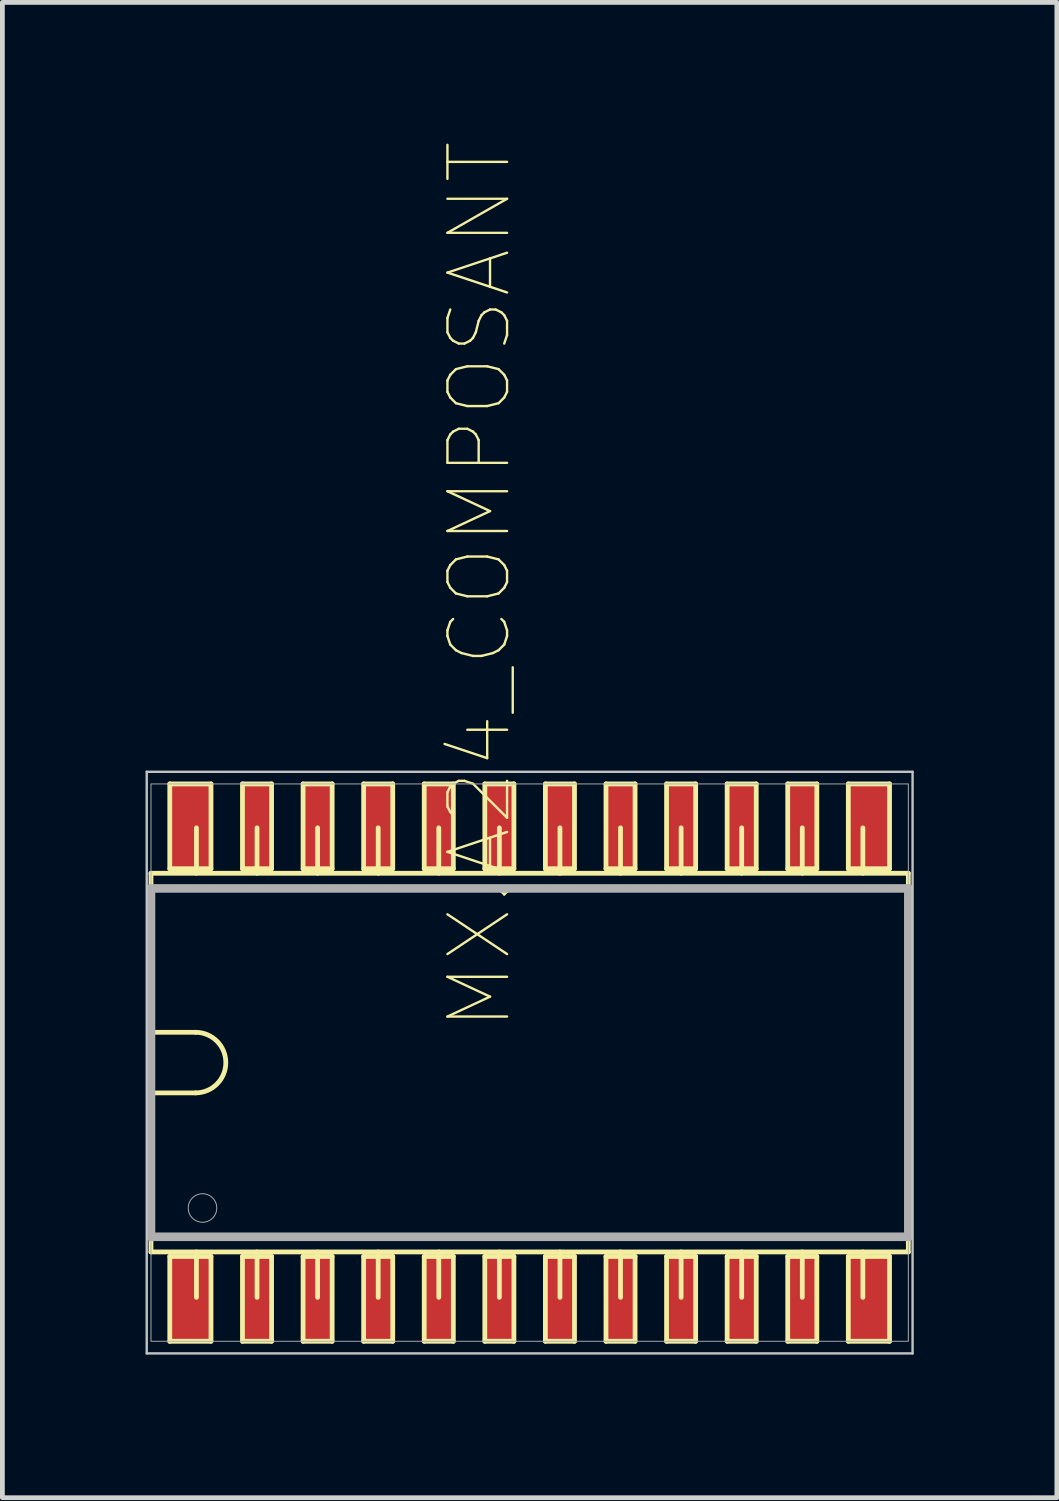
<source format=kicad_pcb>
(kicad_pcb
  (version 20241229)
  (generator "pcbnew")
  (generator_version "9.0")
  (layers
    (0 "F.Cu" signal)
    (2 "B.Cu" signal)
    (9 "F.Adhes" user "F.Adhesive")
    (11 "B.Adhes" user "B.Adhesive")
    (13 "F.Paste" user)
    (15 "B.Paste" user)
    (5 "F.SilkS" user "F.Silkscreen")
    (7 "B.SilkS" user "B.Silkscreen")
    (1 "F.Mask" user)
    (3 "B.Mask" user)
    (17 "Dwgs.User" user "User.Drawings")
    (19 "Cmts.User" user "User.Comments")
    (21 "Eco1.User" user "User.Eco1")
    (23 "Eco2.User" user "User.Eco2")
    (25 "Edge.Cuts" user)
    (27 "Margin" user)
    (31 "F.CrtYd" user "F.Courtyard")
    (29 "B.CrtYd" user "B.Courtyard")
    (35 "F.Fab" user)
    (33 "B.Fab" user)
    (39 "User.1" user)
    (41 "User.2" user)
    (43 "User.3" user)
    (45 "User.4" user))
  (footprint "MX.A24_COMPOSANT"
    (placed yes)
    (layer "F.Cu")
    (at 8.053 19.225)
    (property "Reference" "MX.A24_COMPOSANT" (at -0.318 -0.635 90) (layer "F.SilkS") (effects (font (size 1.25 1.25) (thickness 0.05)) (justify left bottom)))
    (attr through_hole)
    (fp_line (start -7.938 -3.969) (end -7.938 3.969) (stroke (width 0.1) (type solid)) (layer "F.SilkS"))
    (fp_line (start -7.938 -0.635) (end -7.004 -0.635) (stroke (width 0.1) (type solid)) (layer "F.SilkS"))
    (fp_line (start -7.938 3.969) (end 7.938 3.969) (stroke (width 0.1) (type solid)) (layer "F.SilkS"))
    (fp_line (start -7.544 -5.842) (end -6.68 -5.842) (stroke (width 0.1) (type solid)) (layer "F.SilkS"))
    (fp_line (start -7.544 -4.064) (end -7.544 -5.842) (stroke (width 0.1) (type solid)) (layer "F.SilkS"))
    (fp_line (start -7.544 4.064) (end -6.68 4.064) (stroke (width 0.1) (type solid)) (layer "F.SilkS"))
    (fp_line (start -7.544 5.842) (end -7.544 4.064) (stroke (width 0.1) (type solid)) (layer "F.SilkS"))
    (fp_line (start -7.004 0.635) (end -7.938 0.635) (stroke (width 0.1) (type solid)) (layer "F.SilkS"))
    (fp_line (start -6.985 -3.969) (end -6.985 -4.921) (stroke (width 0.1) (type solid)) (layer "F.SilkS"))
    (fp_line (start -6.985 3.969) (end -6.985 4.921) (stroke (width 0.1) (type solid)) (layer "F.SilkS"))
    (fp_line (start -6.68 -5.842) (end -6.68 -4.064) (stroke (width 0.1) (type solid)) (layer "F.SilkS"))
    (fp_line (start -6.68 -4.064) (end -7.544 -4.064) (stroke (width 0.1) (type solid)) (layer "F.SilkS"))
    (fp_line (start -6.68 4.064) (end -6.68 5.842) (stroke (width 0.1) (type solid)) (layer "F.SilkS"))
    (fp_line (start -6.68 5.842) (end -7.544 5.842) (stroke (width 0.1) (type solid)) (layer "F.SilkS"))
    (fp_line (start -6.02 -5.842) (end -5.41 -5.842) (stroke (width 0.1) (type solid)) (layer "F.SilkS"))
    (fp_line (start -6.02 -4.064) (end -6.02 -5.842) (stroke (width 0.1) (type solid)) (layer "F.SilkS"))
    (fp_line (start -6.02 4.064) (end -5.41 4.064) (stroke (width 0.1) (type solid)) (layer "F.SilkS"))
    (fp_line (start -6.02 5.842) (end -6.02 4.064) (stroke (width 0.1) (type solid)) (layer "F.SilkS"))
    (fp_line (start -5.715 -3.969) (end -5.715 -4.921) (stroke (width 0.1) (type solid)) (layer "F.SilkS"))
    (fp_line (start -5.715 3.969) (end -5.715 4.921) (stroke (width 0.1) (type solid)) (layer "F.SilkS"))
    (fp_line (start -5.41 -5.842) (end -5.41 -4.064) (stroke (width 0.1) (type solid)) (layer "F.SilkS"))
    (fp_line (start -5.41 -4.064) (end -6.02 -4.064) (stroke (width 0.1) (type solid)) (layer "F.SilkS"))
    (fp_line (start -5.41 4.064) (end -5.41 5.842) (stroke (width 0.1) (type solid)) (layer "F.SilkS"))
    (fp_line (start -5.41 5.842) (end -6.02 5.842) (stroke (width 0.1) (type solid)) (layer "F.SilkS"))
    (fp_line (start -4.75 -5.842) (end -4.14 -5.842) (stroke (width 0.1) (type solid)) (layer "F.SilkS"))
    (fp_line (start -4.75 -4.064) (end -4.75 -5.842) (stroke (width 0.1) (type solid)) (layer "F.SilkS"))
    (fp_line (start -4.75 4.064) (end -4.14 4.064) (stroke (width 0.1) (type solid)) (layer "F.SilkS"))
    (fp_line (start -4.75 5.842) (end -4.75 4.064) (stroke (width 0.1) (type solid)) (layer "F.SilkS"))
    (fp_line (start -4.445 -3.969) (end -4.445 -4.921) (stroke (width 0.1) (type solid)) (layer "F.SilkS"))
    (fp_line (start -4.445 3.969) (end -4.445 4.921) (stroke (width 0.1) (type solid)) (layer "F.SilkS"))
    (fp_line (start -4.14 -5.842) (end -4.14 -4.064) (stroke (width 0.1) (type solid)) (layer "F.SilkS"))
    (fp_line (start -4.14 -4.064) (end -4.75 -4.064) (stroke (width 0.1) (type solid)) (layer "F.SilkS"))
    (fp_line (start -4.14 4.064) (end -4.14 5.842) (stroke (width 0.1) (type solid)) (layer "F.SilkS"))
    (fp_line (start -4.14 5.842) (end -4.75 5.842) (stroke (width 0.1) (type solid)) (layer "F.SilkS"))
    (fp_line (start -3.48 -5.842) (end -2.87 -5.842) (stroke (width 0.1) (type solid)) (layer "F.SilkS"))
    (fp_line (start -3.48 -4.064) (end -3.48 -5.842) (stroke (width 0.1) (type solid)) (layer "F.SilkS"))
    (fp_line (start -3.48 4.064) (end -2.87 4.064) (stroke (width 0.1) (type solid)) (layer "F.SilkS"))
    (fp_line (start -3.48 5.842) (end -3.48 4.064) (stroke (width 0.1) (type solid)) (layer "F.SilkS"))
    (fp_line (start -3.175 -3.969) (end -3.175 -4.921) (stroke (width 0.1) (type solid)) (layer "F.SilkS"))
    (fp_line (start -3.175 3.969) (end -3.175 4.921) (stroke (width 0.1) (type solid)) (layer "F.SilkS"))
    (fp_line (start -2.87 -5.842) (end -2.87 -4.064) (stroke (width 0.1) (type solid)) (layer "F.SilkS"))
    (fp_line (start -2.87 -4.064) (end -3.48 -4.064) (stroke (width 0.1) (type solid)) (layer "F.SilkS"))
    (fp_line (start -2.87 4.064) (end -2.87 5.842) (stroke (width 0.1) (type solid)) (layer "F.SilkS"))
    (fp_line (start -2.87 5.842) (end -3.48 5.842) (stroke (width 0.1) (type solid)) (layer "F.SilkS"))
    (fp_line (start -2.21 -5.842) (end -1.6 -5.842) (stroke (width 0.1) (type solid)) (layer "F.SilkS"))
    (fp_line (start -2.21 -4.064) (end -2.21 -5.842) (stroke (width 0.1) (type solid)) (layer "F.SilkS"))
    (fp_line (start -2.21 4.064) (end -1.6 4.064) (stroke (width 0.1) (type solid)) (layer "F.SilkS"))
    (fp_line (start -2.21 5.842) (end -2.21 4.064) (stroke (width 0.1) (type solid)) (layer "F.SilkS"))
    (fp_line (start -1.905 -3.969) (end -1.905 -4.921) (stroke (width 0.1) (type solid)) (layer "F.SilkS"))
    (fp_line (start -1.905 3.969) (end -1.905 4.921) (stroke (width 0.1) (type solid)) (layer "F.SilkS"))
    (fp_line (start -1.6 -5.842) (end -1.6 -4.064) (stroke (width 0.1) (type solid)) (layer "F.SilkS"))
    (fp_line (start -1.6 -4.064) (end -2.21 -4.064) (stroke (width 0.1) (type solid)) (layer "F.SilkS"))
    (fp_line (start -1.6 4.064) (end -1.6 5.842) (stroke (width 0.1) (type solid)) (layer "F.SilkS"))
    (fp_line (start -1.6 5.842) (end -2.21 5.842) (stroke (width 0.1) (type solid)) (layer "F.SilkS"))
    (fp_line (start -0.94 -5.842) (end -0.33 -5.842) (stroke (width 0.1) (type solid)) (layer "F.SilkS"))
    (fp_line (start -0.94 -4.064) (end -0.94 -5.842) (stroke (width 0.1) (type solid)) (layer "F.SilkS"))
    (fp_line (start -0.94 4.064) (end -0.33 4.064) (stroke (width 0.1) (type solid)) (layer "F.SilkS"))
    (fp_line (start -0.94 5.842) (end -0.94 4.064) (stroke (width 0.1) (type solid)) (layer "F.SilkS"))
    (fp_line (start -0.635 -3.969) (end -0.635 -4.921) (stroke (width 0.1) (type solid)) (layer "F.SilkS"))
    (fp_line (start -0.635 3.969) (end -0.635 4.921) (stroke (width 0.1) (type solid)) (layer "F.SilkS"))
    (fp_line (start -0.33 -5.842) (end -0.33 -4.064) (stroke (width 0.1) (type solid)) (layer "F.SilkS"))
    (fp_line (start -0.33 -4.064) (end -0.94 -4.064) (stroke (width 0.1) (type solid)) (layer "F.SilkS"))
    (fp_line (start -0.33 4.064) (end -0.33 5.842) (stroke (width 0.1) (type solid)) (layer "F.SilkS"))
    (fp_line (start -0.33 5.842) (end -0.94 5.842) (stroke (width 0.1) (type solid)) (layer "F.SilkS"))
    (fp_line (start 0.33 -5.842) (end 0.94 -5.842) (stroke (width 0.1) (type solid)) (layer "F.SilkS"))
    (fp_line (start 0.33 -4.064) (end 0.33 -5.842) (stroke (width 0.1) (type solid)) (layer "F.SilkS"))
    (fp_line (start 0.33 4.064) (end 0.94 4.064) (stroke (width 0.1) (type solid)) (layer "F.SilkS"))
    (fp_line (start 0.33 5.842) (end 0.33 4.064) (stroke (width 0.1) (type solid)) (layer "F.SilkS"))
    (fp_line (start 0.635 -3.969) (end 0.635 -4.921) (stroke (width 0.1) (type solid)) (layer "F.SilkS"))
    (fp_line (start 0.635 3.969) (end 0.635 4.921) (stroke (width 0.1) (type solid)) (layer "F.SilkS"))
    (fp_line (start 0.94 -5.842) (end 0.94 -4.064) (stroke (width 0.1) (type solid)) (layer "F.SilkS"))
    (fp_line (start 0.94 -4.064) (end 0.33 -4.064) (stroke (width 0.1) (type solid)) (layer "F.SilkS"))
    (fp_line (start 0.94 4.064) (end 0.94 5.842) (stroke (width 0.1) (type solid)) (layer "F.SilkS"))
    (fp_line (start 0.94 5.842) (end 0.33 5.842) (stroke (width 0.1) (type solid)) (layer "F.SilkS"))
    (fp_line (start 1.6 -5.842) (end 2.21 -5.842) (stroke (width 0.1) (type solid)) (layer "F.SilkS"))
    (fp_line (start 1.6 -4.064) (end 1.6 -5.842) (stroke (width 0.1) (type solid)) (layer "F.SilkS"))
    (fp_line (start 1.6 4.064) (end 2.21 4.064) (stroke (width 0.1) (type solid)) (layer "F.SilkS"))
    (fp_line (start 1.6 5.842) (end 1.6 4.064) (stroke (width 0.1) (type solid)) (layer "F.SilkS"))
    (fp_line (start 1.905 -3.969) (end 1.905 -4.921) (stroke (width 0.1) (type solid)) (layer "F.SilkS"))
    (fp_line (start 1.905 3.969) (end 1.905 4.921) (stroke (width 0.1) (type solid)) (layer "F.SilkS"))
    (fp_line (start 2.21 -5.842) (end 2.21 -4.064) (stroke (width 0.1) (type solid)) (layer "F.SilkS"))
    (fp_line (start 2.21 -4.064) (end 1.6 -4.064) (stroke (width 0.1) (type solid)) (layer "F.SilkS"))
    (fp_line (start 2.21 4.064) (end 2.21 5.842) (stroke (width 0.1) (type solid)) (layer "F.SilkS"))
    (fp_line (start 2.21 5.842) (end 1.6 5.842) (stroke (width 0.1) (type solid)) (layer "F.SilkS"))
    (fp_line (start 2.87 -5.842) (end 3.48 -5.842) (stroke (width 0.1) (type solid)) (layer "F.SilkS"))
    (fp_line (start 2.87 -4.064) (end 2.87 -5.842) (stroke (width 0.1) (type solid)) (layer "F.SilkS"))
    (fp_line (start 2.87 4.064) (end 3.48 4.064) (stroke (width 0.1) (type solid)) (layer "F.SilkS"))
    (fp_line (start 2.87 5.842) (end 2.87 4.064) (stroke (width 0.1) (type solid)) (layer "F.SilkS"))
    (fp_line (start 3.175 -3.969) (end 3.175 -4.921) (stroke (width 0.1) (type solid)) (layer "F.SilkS"))
    (fp_line (start 3.175 3.969) (end 3.175 4.921) (stroke (width 0.1) (type solid)) (layer "F.SilkS"))
    (fp_line (start 3.48 -5.842) (end 3.48 -4.064) (stroke (width 0.1) (type solid)) (layer "F.SilkS"))
    (fp_line (start 3.48 -4.064) (end 2.87 -4.064) (stroke (width 0.1) (type solid)) (layer "F.SilkS"))
    (fp_line (start 3.48 4.064) (end 3.48 5.842) (stroke (width 0.1) (type solid)) (layer "F.SilkS"))
    (fp_line (start 3.48 5.842) (end 2.87 5.842) (stroke (width 0.1) (type solid)) (layer "F.SilkS"))
    (fp_line (start 4.14 -5.842) (end 4.75 -5.842) (stroke (width 0.1) (type solid)) (layer "F.SilkS"))
    (fp_line (start 4.14 -4.064) (end 4.14 -5.842) (stroke (width 0.1) (type solid)) (layer "F.SilkS"))
    (fp_line (start 4.14 4.064) (end 4.75 4.064) (stroke (width 0.1) (type solid)) (layer "F.SilkS"))
    (fp_line (start 4.14 5.842) (end 4.14 4.064) (stroke (width 0.1) (type solid)) (layer "F.SilkS"))
    (fp_line (start 4.445 -3.969) (end 4.445 -4.921) (stroke (width 0.1) (type solid)) (layer "F.SilkS"))
    (fp_line (start 4.445 3.969) (end 4.445 4.921) (stroke (width 0.1) (type solid)) (layer "F.SilkS"))
    (fp_line (start 4.75 -5.842) (end 4.75 -4.064) (stroke (width 0.1) (type solid)) (layer "F.SilkS"))
    (fp_line (start 4.75 -4.064) (end 4.14 -4.064) (stroke (width 0.1) (type solid)) (layer "F.SilkS"))
    (fp_line (start 4.75 4.064) (end 4.75 5.842) (stroke (width 0.1) (type solid)) (layer "F.SilkS"))
    (fp_line (start 4.75 5.842) (end 4.14 5.842) (stroke (width 0.1) (type solid)) (layer "F.SilkS"))
    (fp_line (start 5.41 -5.842) (end 6.02 -5.842) (stroke (width 0.1) (type solid)) (layer "F.SilkS"))
    (fp_line (start 5.41 -4.064) (end 5.41 -5.842) (stroke (width 0.1) (type solid)) (layer "F.SilkS"))
    (fp_line (start 5.41 4.064) (end 6.02 4.064) (stroke (width 0.1) (type solid)) (layer "F.SilkS"))
    (fp_line (start 5.41 5.842) (end 5.41 4.064) (stroke (width 0.1) (type solid)) (layer "F.SilkS"))
    (fp_line (start 5.715 -3.969) (end 5.715 -4.921) (stroke (width 0.1) (type solid)) (layer "F.SilkS"))
    (fp_line (start 5.715 3.969) (end 5.715 4.921) (stroke (width 0.1) (type solid)) (layer "F.SilkS"))
    (fp_line (start 6.02 -5.842) (end 6.02 -4.064) (stroke (width 0.1) (type solid)) (layer "F.SilkS"))
    (fp_line (start 6.02 -4.064) (end 5.41 -4.064) (stroke (width 0.1) (type solid)) (layer "F.SilkS"))
    (fp_line (start 6.02 4.064) (end 6.02 5.842) (stroke (width 0.1) (type solid)) (layer "F.SilkS"))
    (fp_line (start 6.02 5.842) (end 5.41 5.842) (stroke (width 0.1) (type solid)) (layer "F.SilkS"))
    (fp_line (start 6.68 -5.842) (end 7.544 -5.842) (stroke (width 0.1) (type solid)) (layer "F.SilkS"))
    (fp_line (start 6.68 -4.064) (end 6.68 -5.842) (stroke (width 0.1) (type solid)) (layer "F.SilkS"))
    (fp_line (start 6.68 4.064) (end 7.544 4.064) (stroke (width 0.1) (type solid)) (layer "F.SilkS"))
    (fp_line (start 6.68 5.842) (end 6.68 4.064) (stroke (width 0.1) (type solid)) (layer "F.SilkS"))
    (fp_line (start 6.985 -3.969) (end 6.985 -4.921) (stroke (width 0.1) (type solid)) (layer "F.SilkS"))
    (fp_line (start 6.985 3.969) (end 6.985 4.921) (stroke (width 0.1) (type solid)) (layer "F.SilkS"))
    (fp_line (start 7.544 -5.842) (end 7.544 -4.064) (stroke (width 0.1) (type solid)) (layer "F.SilkS"))
    (fp_line (start 7.544 -4.064) (end 6.68 -4.064) (stroke (width 0.1) (type solid)) (layer "F.SilkS"))
    (fp_line (start 7.544 4.064) (end 7.544 5.842) (stroke (width 0.1) (type solid)) (layer "F.SilkS"))
    (fp_line (start 7.544 5.842) (end 6.68 5.842) (stroke (width 0.1) (type solid)) (layer "F.SilkS"))
    (fp_line (start 7.938 -3.969) (end -7.938 -3.969) (stroke (width 0.1) (type solid)) (layer "F.SilkS"))
    (fp_line (start 7.938 3.969) (end 7.938 -3.969) (stroke (width 0.1) (type solid)) (layer "F.SilkS"))
    (fp_arc (start -7.00405 -0.635) (mid -6.36905 0) (end -7.00405 0.635) (stroke (width 0.1) (type solid)) (layer "F.SilkS"))
    (fp_line (start -8.027 -6.096) (end 8.027 -6.096) (stroke (width 0.05) (type solid)) (layer "Dwgs.User"))
    (fp_line (start -8.027 6.096) (end -8.027 -6.096) (stroke (width 0.05) (type solid)) (layer "Dwgs.User"))
    (fp_line (start 8.027 -6.096) (end 8.027 6.096) (stroke (width 0.05) (type solid)) (layer "Dwgs.User"))
    (fp_line (start 8.027 6.096) (end -8.027 6.096) (stroke (width 0.05) (type solid)) (layer "Dwgs.User"))
    (fp_line (start -7.938 -3.651) (end -7.938 3.651) (stroke (width 0.18) (type solid)) (layer "F.Fab"))
    (fp_line (start -7.938 3.651) (end 7.938 3.651) (stroke (width 0.18) (type solid)) (layer "F.Fab"))
    (fp_line (start 7.938 -3.651) (end -7.938 -3.651) (stroke (width 0.18) (type solid)) (layer "F.Fab"))
    (fp_line (start 7.938 3.651) (end 7.938 -3.651) (stroke (width 0.18) (type solid)) (layer "F.Fab"))
    (fp_arc (start -6.558 3.048) (mid -7.15798 3.048) (end -6.558 3.048) (stroke (width 0.02) (type solid)) (layer "F.Fab"))
    (fp_poly (pts (xy -7.938 -5.842) (xy 7.938 -5.842) (xy 7.938 5.842) (xy -7.938 5.842) (xy -7.938 -5.842)) (stroke (width 0.02) (type solid)) (fill no) (layer "F.Fab"))
    (pad "1" smd rect (at -7.112 4.953) (size 0.864 1.778) (layers "F.Cu" "F.Mask" "F.Paste"))
    (pad "2" smd rect (at -5.715 4.953) (size 0.61 1.778) (layers "F.Cu" "F.Mask" "F.Paste"))
    (pad "3" smd rect (at -4.445 4.953) (size 0.61 1.778) (layers "F.Cu" "F.Mask" "F.Paste"))
    (pad "4" smd rect (at -3.175 4.953) (size 0.61 1.778) (layers "F.Cu" "F.Mask" "F.Paste"))
    (pad "5" smd rect (at -1.905 4.953) (size 0.61 1.778) (layers "F.Cu" "F.Mask" "F.Paste"))
    (pad "6" smd rect (at -0.635 4.953) (size 0.61 1.778) (layers "F.Cu" "F.Mask" "F.Paste"))
    (pad "7" smd rect (at 0.635 4.953) (size 0.61 1.778) (layers "F.Cu" "F.Mask" "F.Paste"))
    (pad "8" smd rect (at 1.905 4.953) (size 0.61 1.778) (layers "F.Cu" "F.Mask" "F.Paste"))
    (pad "9" smd rect (at 3.175 4.953) (size 0.61 1.778) (layers "F.Cu" "F.Mask" "F.Paste"))
    (pad "10" smd rect (at 4.445 4.953) (size 0.61 1.778) (layers "F.Cu" "F.Mask" "F.Paste"))
    (pad "11" smd rect (at 5.715 4.953) (size 0.61 1.778) (layers "F.Cu" "F.Mask" "F.Paste"))
    (pad "12" smd rect (at 7.112 4.953) (size 0.864 1.778) (layers "F.Cu" "F.Mask" "F.Paste"))
    (pad "13" smd rect (at 7.112 -4.953) (size 0.864 1.778) (layers "F.Cu" "F.Mask" "F.Paste"))
    (pad "14" smd rect (at 5.715 -4.953) (size 0.61 1.778) (layers "F.Cu" "F.Mask" "F.Paste"))
    (pad "15" smd rect (at 4.445 -4.953) (size 0.61 1.778) (layers "F.Cu" "F.Mask" "F.Paste"))
    (pad "16" smd rect (at 3.175 -4.953) (size 0.61 1.778) (layers "F.Cu" "F.Mask" "F.Paste"))
    (pad "17" smd rect (at 1.905 -4.953) (size 0.61 1.778) (layers "F.Cu" "F.Mask" "F.Paste"))
    (pad "18" smd rect (at 0.635 -4.953) (size 0.61 1.778) (layers "F.Cu" "F.Mask" "F.Paste"))
    (pad "19" smd rect (at -0.635 -4.953) (size 0.61 1.778) (layers "F.Cu" "F.Mask" "F.Paste"))
    (pad "20" smd rect (at -1.905 -4.953) (size 0.61 1.778) (layers "F.Cu" "F.Mask" "F.Paste"))
    (pad "21" smd rect (at -3.175 -4.953) (size 0.61 1.778) (layers "F.Cu" "F.Mask" "F.Paste"))
    (pad "22" smd rect (at -4.445 -4.953) (size 0.61 1.778) (layers "F.Cu" "F.Mask" "F.Paste"))
    (pad "23" smd rect (at -5.715 -4.953) (size 0.61 1.778) (layers "F.Cu" "F.Mask" "F.Paste"))
    (pad "24" smd rect (at -7.112 -4.953) (size 0.864 1.778) (layers "F.Cu" "F.Mask" "F.Paste")))
  (gr_rect
    (start -3 -3)
    (end 19.105 28.346)
    (stroke (width 0.1) (type default))
    (fill no)
    (layer "Edge.Cuts")))
</source>
